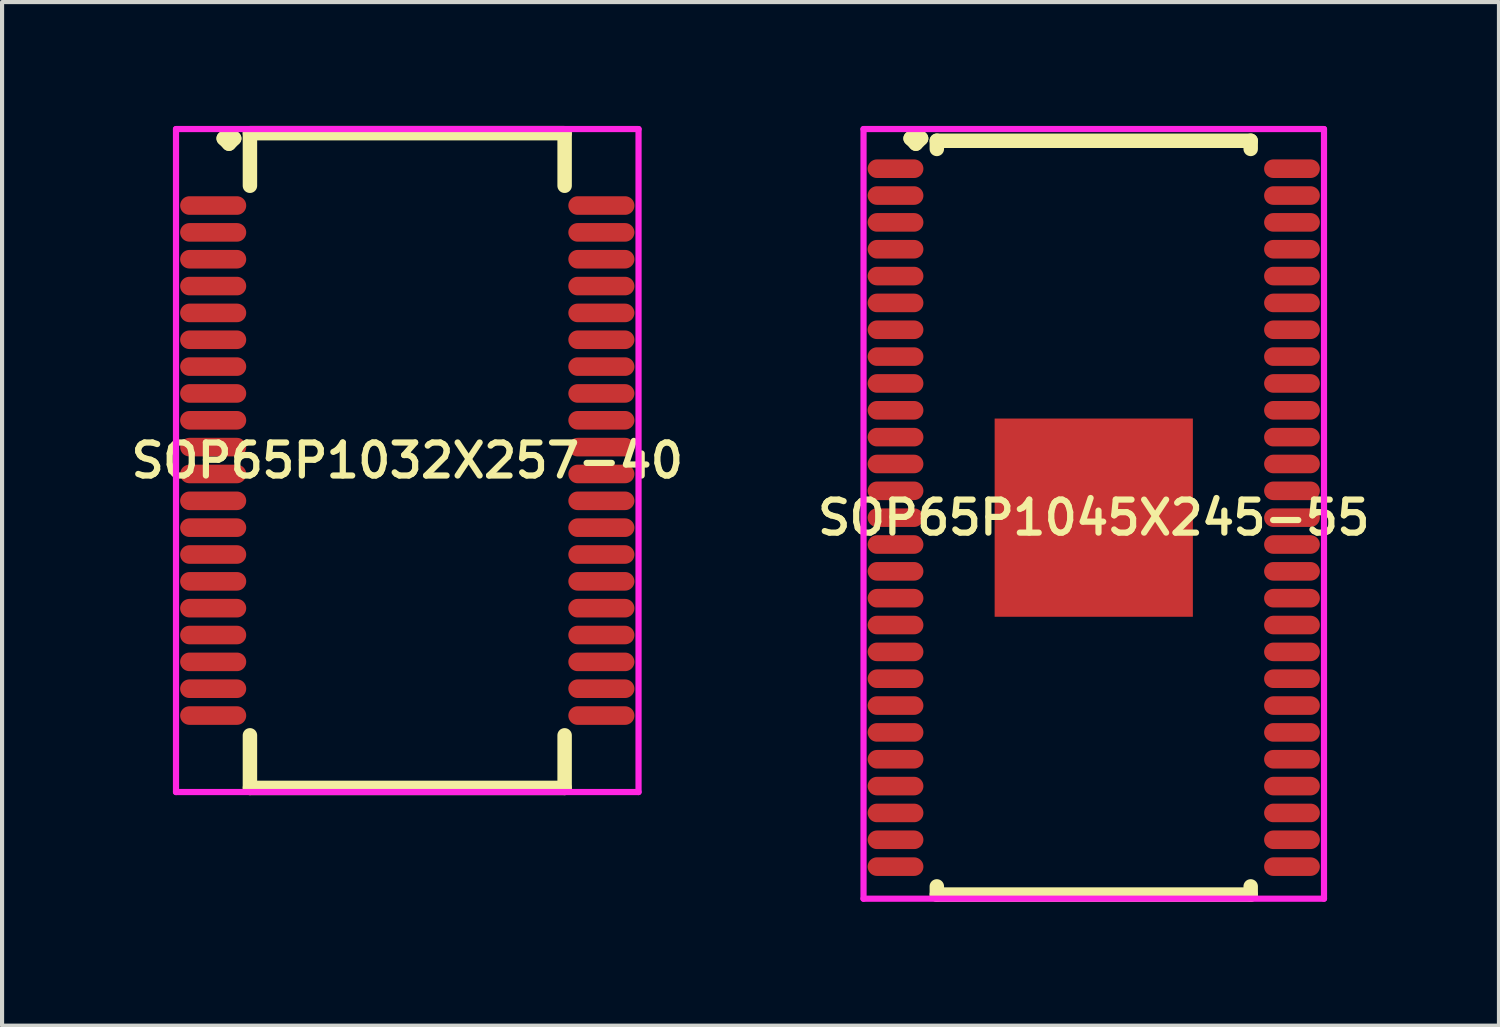
<source format=kicad_pcb>
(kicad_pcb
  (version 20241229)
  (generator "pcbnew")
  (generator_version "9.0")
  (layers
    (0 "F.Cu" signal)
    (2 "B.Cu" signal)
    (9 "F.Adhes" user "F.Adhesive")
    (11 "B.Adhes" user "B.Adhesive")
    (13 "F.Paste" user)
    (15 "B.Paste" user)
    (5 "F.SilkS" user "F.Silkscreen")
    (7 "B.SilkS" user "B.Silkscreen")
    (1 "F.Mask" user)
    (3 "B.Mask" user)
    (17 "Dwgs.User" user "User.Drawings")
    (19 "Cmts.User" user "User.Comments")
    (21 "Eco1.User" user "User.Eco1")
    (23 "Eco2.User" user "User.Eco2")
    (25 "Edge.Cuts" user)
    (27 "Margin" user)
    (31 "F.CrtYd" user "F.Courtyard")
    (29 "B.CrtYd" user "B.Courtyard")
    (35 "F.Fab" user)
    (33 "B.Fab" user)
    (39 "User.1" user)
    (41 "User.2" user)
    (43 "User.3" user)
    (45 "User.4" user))
  (footprint "SOP65P1032X257-40"
    (layer "F.Cu")
    (at 6.812 8.102)
    (property "Reference" "SOP65P1032X257-40" (at 0 0 0) (layer "F.SilkS") (effects (font (size 0.8 0.8) (thickness 0.15))))
    (attr smd)
    (fp_line (start -4.445 -7.8) (end -4.318 -7.927) (stroke (width 0.35) (type solid)) (layer "F.SilkS"))
    (fp_line (start -4.318 -7.927) (end -4.191 -7.8) (stroke (width 0.35) (type solid)) (layer "F.SilkS"))
    (fp_line (start -4.318 -7.673) (end -4.445 -7.8) (stroke (width 0.35) (type solid)) (layer "F.SilkS"))
    (fp_line (start -4.191 -7.8) (end -4.318 -7.673) (stroke (width 0.35) (type solid)) (layer "F.SilkS"))
    (fp_line (start -3.81 -7.927) (end 3.81 -7.927) (stroke (width 0.35) (type solid)) (layer "F.SilkS"))
    (fp_line (start -3.81 -6.654) (end -3.81 -7.927) (stroke (width 0.35) (type solid)) (layer "F.SilkS"))
    (fp_line (start -3.81 6.654) (end -3.81 7.927) (stroke (width 0.35) (type solid)) (layer "F.SilkS"))
    (fp_line (start -3.81 7.927) (end 3.81 7.927) (stroke (width 0.35) (type solid)) (layer "F.SilkS"))
    (fp_line (start 3.81 -7.927) (end 3.81 -6.654) (stroke (width 0.35) (type solid)) (layer "F.SilkS"))
    (fp_line (start 3.81 7.927) (end 3.81 6.654) (stroke (width 0.35) (type solid)) (layer "F.SilkS"))
    (fp_line (start -5.6 -8.027) (end 5.6 -8.027) (stroke (width 0.15) (type solid)) (layer "F.CrtYd"))
    (fp_line (start -5.6 8.027) (end -5.6 -8.027) (stroke (width 0.15) (type solid)) (layer "F.CrtYd"))
    (fp_line (start 5.6 -8.027) (end 5.6 8.027) (stroke (width 0.15) (type solid)) (layer "F.CrtYd"))
    (fp_line (start 5.6 8.027) (end -5.6 8.027) (stroke (width 0.15) (type solid)) (layer "F.CrtYd"))
    (pad "1" smd oval (at -4.7 -6.175) (size 1.6 0.45) (layers "F.Cu" "F.Mask" "F.Paste"))
    (pad "2" smd oval (at -4.7 -5.525) (size 1.6 0.45) (layers "F.Cu" "F.Mask" "F.Paste"))
    (pad "3" smd oval (at -4.7 -4.875) (size 1.6 0.45) (layers "F.Cu" "F.Mask" "F.Paste"))
    (pad "4" smd oval (at -4.7 -4.225) (size 1.6 0.45) (layers "F.Cu" "F.Mask" "F.Paste"))
    (pad "5" smd oval (at -4.7 -3.575) (size 1.6 0.45) (layers "F.Cu" "F.Mask" "F.Paste"))
    (pad "6" smd oval (at -4.7 -2.925) (size 1.6 0.45) (layers "F.Cu" "F.Mask" "F.Paste"))
    (pad "7" smd oval (at -4.7 -2.275) (size 1.6 0.45) (layers "F.Cu" "F.Mask" "F.Paste"))
    (pad "8" smd oval (at -4.7 -1.625) (size 1.6 0.45) (layers "F.Cu" "F.Mask" "F.Paste"))
    (pad "9" smd oval (at -4.7 -0.975) (size 1.6 0.45) (layers "F.Cu" "F.Mask" "F.Paste"))
    (pad "10" smd oval (at -4.7 -0.325) (size 1.6 0.45) (layers "F.Cu" "F.Mask" "F.Paste"))
    (pad "11" smd oval (at -4.7 0.325) (size 1.6 0.45) (layers "F.Cu" "F.Mask" "F.Paste"))
    (pad "12" smd oval (at -4.7 0.975) (size 1.6 0.45) (layers "F.Cu" "F.Mask" "F.Paste"))
    (pad "13" smd oval (at -4.7 1.625) (size 1.6 0.45) (layers "F.Cu" "F.Mask" "F.Paste"))
    (pad "14" smd oval (at -4.7 2.275) (size 1.6 0.45) (layers "F.Cu" "F.Mask" "F.Paste"))
    (pad "15" smd oval (at -4.7 2.925) (size 1.6 0.45) (layers "F.Cu" "F.Mask" "F.Paste"))
    (pad "16" smd oval (at -4.7 3.575) (size 1.6 0.45) (layers "F.Cu" "F.Mask" "F.Paste"))
    (pad "17" smd oval (at -4.7 4.225) (size 1.6 0.45) (layers "F.Cu" "F.Mask" "F.Paste"))
    (pad "18" smd oval (at -4.7 4.875) (size 1.6 0.45) (layers "F.Cu" "F.Mask" "F.Paste"))
    (pad "19" smd oval (at -4.7 5.525) (size 1.6 0.45) (layers "F.Cu" "F.Mask" "F.Paste"))
    (pad "20" smd oval (at -4.7 6.175) (size 1.6 0.45) (layers "F.Cu" "F.Mask" "F.Paste"))
    (pad "21" smd oval (at 4.7 6.175) (size 1.6 0.45) (layers "F.Cu" "F.Mask" "F.Paste"))
    (pad "22" smd oval (at 4.7 5.525) (size 1.6 0.45) (layers "F.Cu" "F.Mask" "F.Paste"))
    (pad "23" smd oval (at 4.7 4.875) (size 1.6 0.45) (layers "F.Cu" "F.Mask" "F.Paste"))
    (pad "24" smd oval (at 4.7 4.225) (size 1.6 0.45) (layers "F.Cu" "F.Mask" "F.Paste"))
    (pad "25" smd oval (at 4.7 3.575) (size 1.6 0.45) (layers "F.Cu" "F.Mask" "F.Paste"))
    (pad "26" smd oval (at 4.7 2.925) (size 1.6 0.45) (layers "F.Cu" "F.Mask" "F.Paste"))
    (pad "27" smd oval (at 4.7 2.275) (size 1.6 0.45) (layers "F.Cu" "F.Mask" "F.Paste"))
    (pad "28" smd oval (at 4.7 1.625) (size 1.6 0.45) (layers "F.Cu" "F.Mask" "F.Paste"))
    (pad "29" smd oval (at 4.7 0.975) (size 1.6 0.45) (layers "F.Cu" "F.Mask" "F.Paste"))
    (pad "30" smd oval (at 4.7 0.325) (size 1.6 0.45) (layers "F.Cu" "F.Mask" "F.Paste"))
    (pad "31" smd oval (at 4.7 -0.325) (size 1.6 0.45) (layers "F.Cu" "F.Mask" "F.Paste"))
    (pad "32" smd oval (at 4.7 -0.975) (size 1.6 0.45) (layers "F.Cu" "F.Mask" "F.Paste"))
    (pad "33" smd oval (at 4.7 -1.625) (size 1.6 0.45) (layers "F.Cu" "F.Mask" "F.Paste"))
    (pad "34" smd oval (at 4.7 -2.275) (size 1.6 0.45) (layers "F.Cu" "F.Mask" "F.Paste"))
    (pad "35" smd oval (at 4.7 -2.925) (size 1.6 0.45) (layers "F.Cu" "F.Mask" "F.Paste"))
    (pad "36" smd oval (at 4.7 -3.575) (size 1.6 0.45) (layers "F.Cu" "F.Mask" "F.Paste"))
    (pad "37" smd oval (at 4.7 -4.225) (size 1.6 0.45) (layers "F.Cu" "F.Mask" "F.Paste"))
    (pad "38" smd oval (at 4.7 -4.875) (size 1.6 0.45) (layers "F.Cu" "F.Mask" "F.Paste"))
    (pad "39" smd oval (at 4.7 -5.525) (size 1.6 0.45) (layers "F.Cu" "F.Mask" "F.Paste"))
    (pad "40" smd oval (at 4.7 -6.175) (size 1.6 0.45) (layers "F.Cu" "F.Mask" "F.Paste")))
  (footprint "SOP65P1045X245-55"
    (layer "F.Cu")
    (at 23.435 9.485)
    (property "Reference" "SOP65P1045X245-55" (at 0 0 0) (layer "F.SilkS") (effects (font (size 0.8 0.8) (thickness 0.15))))
    (attr smd)
    (fp_line (start -4.435 -9.183) (end -4.308 -9.31) (stroke (width 0.35) (type solid)) (layer "F.SilkS"))
    (fp_line (start -4.308 -9.31) (end -4.181 -9.183) (stroke (width 0.35) (type solid)) (layer "F.SilkS"))
    (fp_line (start -4.308 -9.056) (end -4.435 -9.183) (stroke (width 0.35) (type solid)) (layer "F.SilkS"))
    (fp_line (start -4.181 -9.183) (end -4.308 -9.056) (stroke (width 0.35) (type solid)) (layer "F.SilkS"))
    (fp_line (start -3.8 -9.127) (end 3.8 -9.127) (stroke (width 0.35) (type solid)) (layer "F.SilkS"))
    (fp_line (start -3.8 -8.929) (end -3.8 -9.127) (stroke (width 0.35) (type solid)) (layer "F.SilkS"))
    (fp_line (start -3.8 8.929) (end -3.8 9.127) (stroke (width 0.35) (type solid)) (layer "F.SilkS"))
    (fp_line (start -3.8 9.127) (end 3.8 9.127) (stroke (width 0.35) (type solid)) (layer "F.SilkS"))
    (fp_line (start 3.8 -9.127) (end 3.8 -8.929) (stroke (width 0.35) (type solid)) (layer "F.SilkS"))
    (fp_line (start 3.8 9.127) (end 3.8 8.929) (stroke (width 0.35) (type solid)) (layer "F.SilkS"))
    (fp_line (start -5.575 -9.41) (end 5.575 -9.41) (stroke (width 0.15) (type solid)) (layer "F.CrtYd"))
    (fp_line (start -5.575 9.227) (end -5.575 -9.41) (stroke (width 0.15) (type solid)) (layer "F.CrtYd"))
    (fp_line (start 5.575 -9.41) (end 5.575 9.227) (stroke (width 0.15) (type solid)) (layer "F.CrtYd"))
    (fp_line (start 5.575 9.227) (end -5.575 9.227) (stroke (width 0.15) (type solid)) (layer "F.CrtYd"))
    (pad "1" smd oval (at -4.8 -8.45) (size 1.35 0.45) (layers "F.Cu" "F.Mask" "F.Paste"))
    (pad "2" smd oval (at -4.8 -7.8) (size 1.35 0.45) (layers "F.Cu" "F.Mask" "F.Paste"))
    (pad "3" smd oval (at -4.8 -7.15) (size 1.35 0.45) (layers "F.Cu" "F.Mask" "F.Paste"))
    (pad "4" smd oval (at -4.8 -6.5) (size 1.35 0.45) (layers "F.Cu" "F.Mask" "F.Paste"))
    (pad "5" smd oval (at -4.8 -5.85) (size 1.35 0.45) (layers "F.Cu" "F.Mask" "F.Paste"))
    (pad "6" smd oval (at -4.8 -5.2) (size 1.35 0.45) (layers "F.Cu" "F.Mask" "F.Paste"))
    (pad "7" smd oval (at -4.8 -4.55) (size 1.35 0.45) (layers "F.Cu" "F.Mask" "F.Paste"))
    (pad "8" smd oval (at -4.8 -3.9) (size 1.35 0.45) (layers "F.Cu" "F.Mask" "F.Paste"))
    (pad "9" smd oval (at -4.8 -3.25) (size 1.35 0.45) (layers "F.Cu" "F.Mask" "F.Paste"))
    (pad "10" smd oval (at -4.8 -2.6) (size 1.35 0.45) (layers "F.Cu" "F.Mask" "F.Paste"))
    (pad "11" smd oval (at -4.8 -1.95) (size 1.35 0.45) (layers "F.Cu" "F.Mask" "F.Paste"))
    (pad "12" smd oval (at -4.8 -1.3) (size 1.35 0.45) (layers "F.Cu" "F.Mask" "F.Paste"))
    (pad "13" smd oval (at -4.8 -0.65) (size 1.35 0.45) (layers "F.Cu" "F.Mask" "F.Paste"))
    (pad "14" smd oval (at -4.8 0) (size 1.35 0.45) (layers "F.Cu" "F.Mask" "F.Paste"))
    (pad "15" smd oval (at -4.8 0.65) (size 1.35 0.45) (layers "F.Cu" "F.Mask" "F.Paste"))
    (pad "16" smd oval (at -4.8 1.3) (size 1.35 0.45) (layers "F.Cu" "F.Mask" "F.Paste"))
    (pad "17" smd oval (at -4.8 1.95) (size 1.35 0.45) (layers "F.Cu" "F.Mask" "F.Paste"))
    (pad "18" smd oval (at -4.8 2.6) (size 1.35 0.45) (layers "F.Cu" "F.Mask" "F.Paste"))
    (pad "19" smd oval (at -4.8 3.25) (size 1.35 0.45) (layers "F.Cu" "F.Mask" "F.Paste"))
    (pad "20" smd oval (at -4.8 3.9) (size 1.35 0.45) (layers "F.Cu" "F.Mask" "F.Paste"))
    (pad "21" smd oval (at -4.8 4.55) (size 1.35 0.45) (layers "F.Cu" "F.Mask" "F.Paste"))
    (pad "22" smd oval (at -4.8 5.2) (size 1.35 0.45) (layers "F.Cu" "F.Mask" "F.Paste"))
    (pad "23" smd oval (at -4.8 5.85) (size 1.35 0.45) (layers "F.Cu" "F.Mask" "F.Paste"))
    (pad "24" smd oval (at -4.8 6.5) (size 1.35 0.45) (layers "F.Cu" "F.Mask" "F.Paste"))
    (pad "25" smd oval (at -4.8 7.15) (size 1.35 0.45) (layers "F.Cu" "F.Mask" "F.Paste"))
    (pad "26" smd oval (at -4.8 7.8) (size 1.35 0.45) (layers "F.Cu" "F.Mask" "F.Paste"))
    (pad "27" smd oval (at -4.8 8.45) (size 1.35 0.45) (layers "F.Cu" "F.Mask" "F.Paste"))
    (pad "28" smd oval (at 4.8 8.45) (size 1.35 0.45) (layers "F.Cu" "F.Mask" "F.Paste"))
    (pad "29" smd oval (at 4.8 7.8) (size 1.35 0.45) (layers "F.Cu" "F.Mask" "F.Paste"))
    (pad "30" smd oval (at 4.8 7.15) (size 1.35 0.45) (layers "F.Cu" "F.Mask" "F.Paste"))
    (pad "31" smd oval (at 4.8 6.5) (size 1.35 0.45) (layers "F.Cu" "F.Mask" "F.Paste"))
    (pad "32" smd oval (at 4.8 5.85) (size 1.35 0.45) (layers "F.Cu" "F.Mask" "F.Paste"))
    (pad "33" smd oval (at 4.8 5.2) (size 1.35 0.45) (layers "F.Cu" "F.Mask" "F.Paste"))
    (pad "34" smd oval (at 4.8 4.55) (size 1.35 0.45) (layers "F.Cu" "F.Mask" "F.Paste"))
    (pad "35" smd oval (at 4.8 3.9) (size 1.35 0.45) (layers "F.Cu" "F.Mask" "F.Paste"))
    (pad "36" smd oval (at 4.8 3.25) (size 1.35 0.45) (layers "F.Cu" "F.Mask" "F.Paste"))
    (pad "37" smd oval (at 4.8 2.6) (size 1.35 0.45) (layers "F.Cu" "F.Mask" "F.Paste"))
    (pad "38" smd oval (at 4.8 1.95) (size 1.35 0.45) (layers "F.Cu" "F.Mask" "F.Paste"))
    (pad "39" smd oval (at 4.8 1.3) (size 1.35 0.45) (layers "F.Cu" "F.Mask" "F.Paste"))
    (pad "40" smd oval (at 4.8 0.65) (size 1.35 0.45) (layers "F.Cu" "F.Mask" "F.Paste"))
    (pad "41" smd oval (at 4.8 0) (size 1.35 0.45) (layers "F.Cu" "F.Mask" "F.Paste"))
    (pad "42" smd oval (at 4.8 -0.65) (size 1.35 0.45) (layers "F.Cu" "F.Mask" "F.Paste"))
    (pad "43" smd oval (at 4.8 -1.3) (size 1.35 0.45) (layers "F.Cu" "F.Mask" "F.Paste"))
    (pad "44" smd oval (at 4.8 -1.95) (size 1.35 0.45) (layers "F.Cu" "F.Mask" "F.Paste"))
    (pad "45" smd oval (at 4.8 -2.6) (size 1.35 0.45) (layers "F.Cu" "F.Mask" "F.Paste"))
    (pad "46" smd oval (at 4.8 -3.25) (size 1.35 0.45) (layers "F.Cu" "F.Mask" "F.Paste"))
    (pad "47" smd oval (at 4.8 -3.9) (size 1.35 0.45) (layers "F.Cu" "F.Mask" "F.Paste"))
    (pad "48" smd oval (at 4.8 -4.55) (size 1.35 0.45) (layers "F.Cu" "F.Mask" "F.Paste"))
    (pad "49" smd oval (at 4.8 -5.2) (size 1.35 0.45) (layers "F.Cu" "F.Mask" "F.Paste"))
    (pad "50" smd oval (at 4.8 -5.85) (size 1.35 0.45) (layers "F.Cu" "F.Mask" "F.Paste"))
    (pad "51" smd oval (at 4.8 -6.5) (size 1.35 0.45) (layers "F.Cu" "F.Mask" "F.Paste"))
    (pad "52" smd oval (at 4.8 -7.15) (size 1.35 0.45) (layers "F.Cu" "F.Mask" "F.Paste"))
    (pad "53" smd oval (at 4.8 -7.8) (size 1.35 0.45) (layers "F.Cu" "F.Mask" "F.Paste"))
    (pad "54" smd oval (at 4.8 -8.45) (size 1.35 0.45) (layers "F.Cu" "F.Mask" "F.Paste"))
    (pad "55" smd rect (at 0 0) (size 4.8 4.8) (layers "F.Cu" "F.Mask" "F.Paste")))
  (gr_rect
    (start -3 -3)
    (end 33.247 21.787)
    (stroke (width 0.1) (type default))
    (fill no)
    (layer "Edge.Cuts")))
</source>
